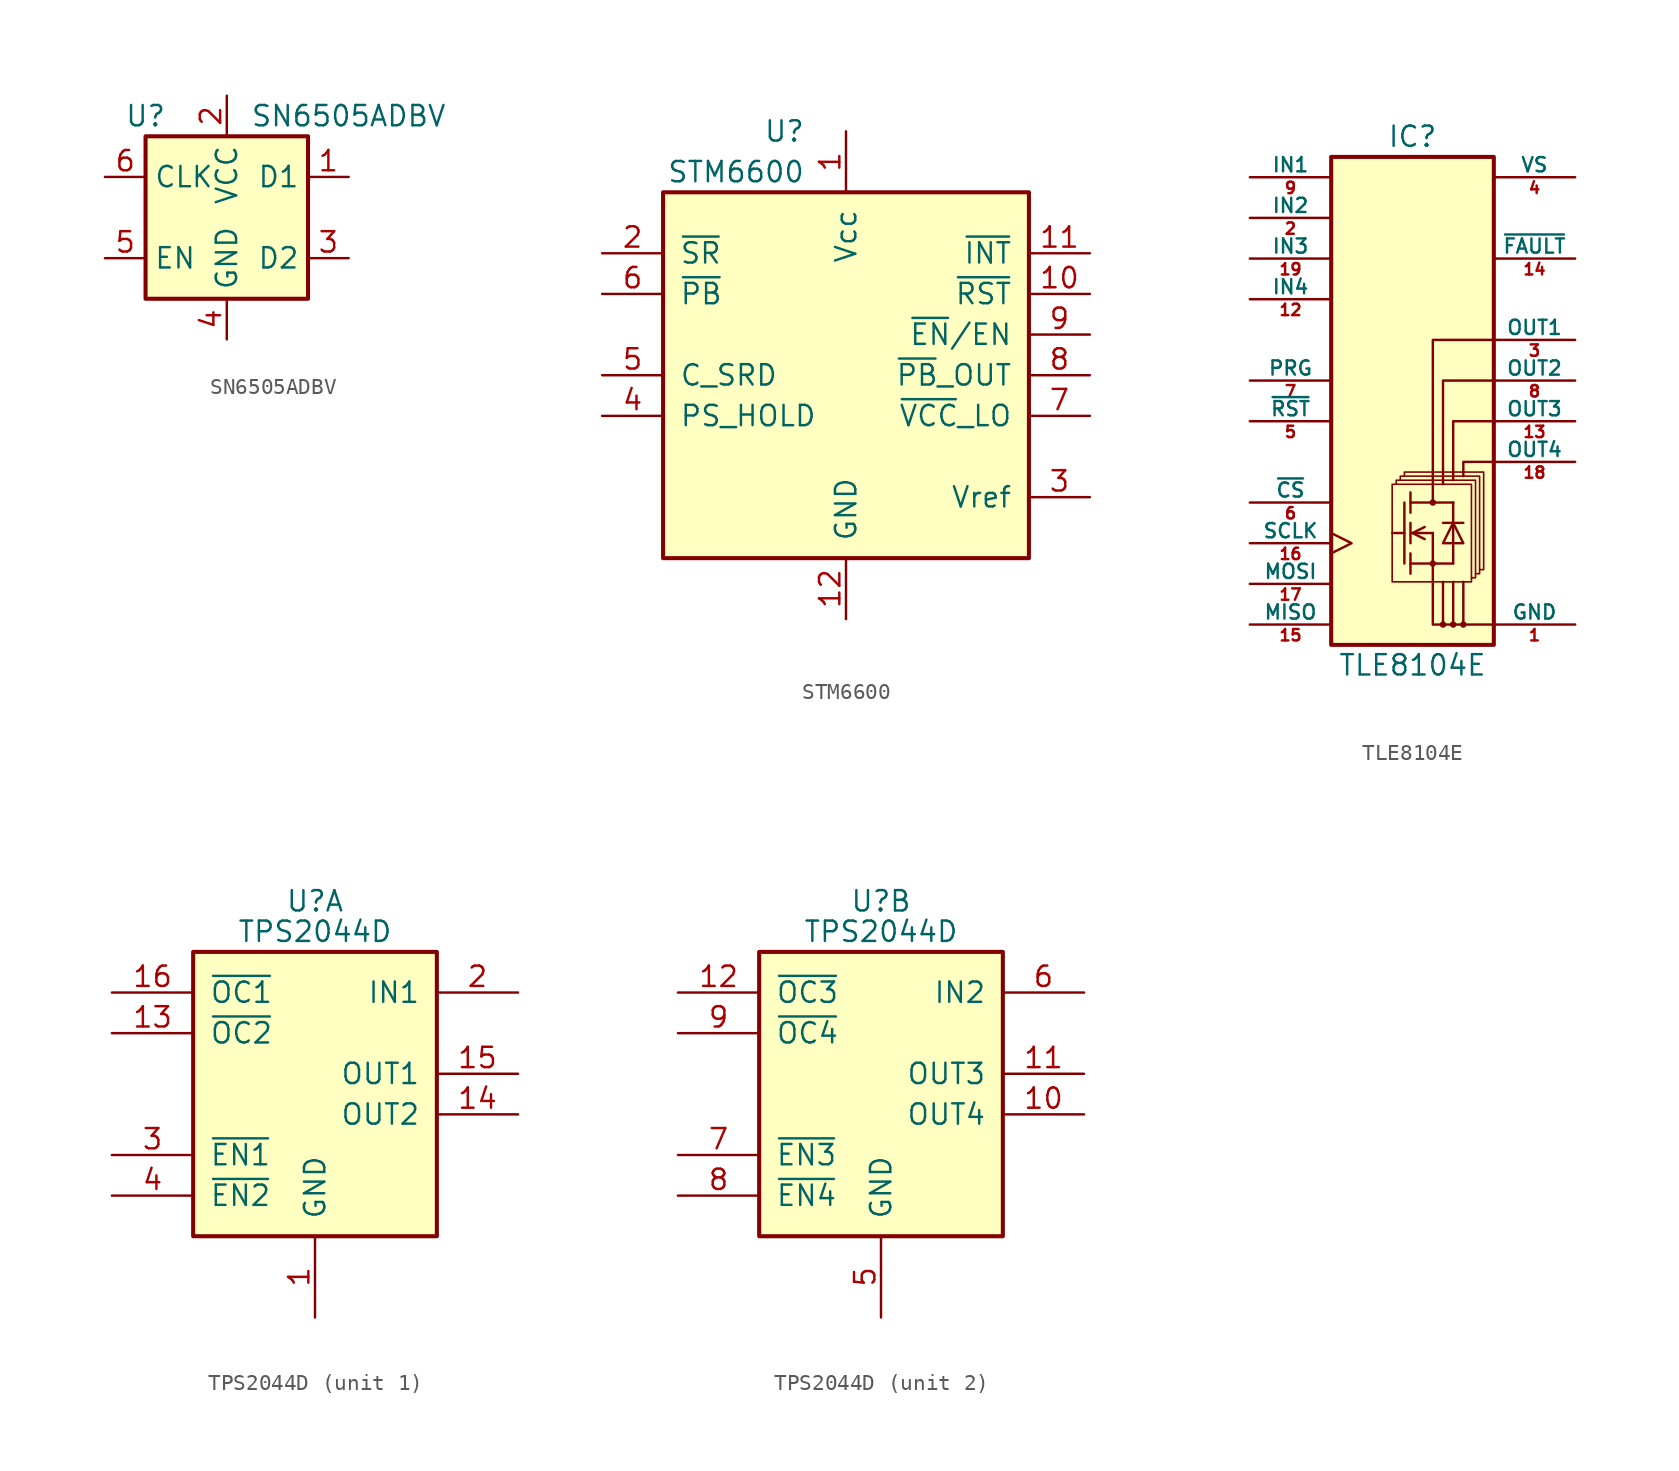
<source format=kicad_sym>
(kicad_symbol_lib
  (version 20220914)
  (generator kicad_symbol_editor)
  (symbol "SN6505ADBV"
    (property "Reference" "U"
      (at -5.08 6.35 0)
      (effects (font (size 1.27 1.27))))
    (property "Value" "SN6505ADBV"
      (at 7.62 6.35 0)
      (effects (font (size 1.27 1.27))))
    (symbol "SN6505ADBV_0_1"
      (rectangle (start -5.08 5.08) (end 5.08 -5.08) (stroke (width 0.254) (type default)) (fill (type background))))
    (symbol "SN6505ADBV_1_1"
      (pin open_collector line (at 7.62 2.54 180) (length 2.54) (name "D1" (effects (font (size 1.27 1.27)))) (number "1" (effects (font (size 1.27 1.27)))))
      (pin power_in line (at 0 7.62 270) (length 2.54) (name "VCC" (effects (font (size 1.27 1.27)))) (number "2" (effects (font (size 1.27 1.27)))))
      (pin open_collector line (at 7.62 -2.54 180) (length 2.54) (name "D2" (effects (font (size 1.27 1.27)))) (number "3" (effects (font (size 1.27 1.27)))))
      (pin power_in line (at 0 -7.62 90) (length 2.54) (name "GND" (effects (font (size 1.27 1.27)))) (number "4" (effects (font (size 1.27 1.27)))))
      (pin input line (at -7.62 -2.54 0) (length 2.54) (name "EN" (effects (font (size 1.27 1.27)))) (number "5" (effects (font (size 1.27 1.27)))))
      (pin input line (at -7.62 2.54 0) (length 2.54) (name "CLK" (effects (font (size 1.27 1.27)))) (number "6" (effects (font (size 1.27 1.27)))))))
  (symbol "STM6600"
    (pin_names
      (offset 1.016))
    (property "Reference" "U"
      (at -2.54 15.24 0)
      (effects (font (size 1.27 1.27)) (justify right)))
    (property "Value" "STM6600"
      (at -2.54 12.7 0)
      (effects (font (size 1.27 1.27)) (justify right)))
    (symbol "STM6600_0_1"
      (rectangle (start -11.43 11.43) (end 11.43 -11.43) (stroke (width 0.254) (type default)) (fill (type background))))
    (symbol "STM6600_1_1"
      (pin power_in line (at 0 15.24 270) (length 3.81) (name "Vcc" (effects (font (size 1.27 1.27)))) (number "1" (effects (font (size 1.27 1.27)))))
      (pin open_collector line (at 15.24 5.08 180) (length 3.81) (name "~{RST}" (effects (font (size 1.27 1.27)))) (number "10" (effects (font (size 1.27 1.27)))))
      (pin open_collector line (at 15.24 7.62 180) (length 3.81) (name "~{INT}" (effects (font (size 1.27 1.27)))) (number "11" (effects (font (size 1.27 1.27)))))
      (pin power_in line (at 0 -15.24 90) (length 3.81) (name "GND" (effects (font (size 1.27 1.27)))) (number "12" (effects (font (size 1.27 1.27)))))
      (pin input line (at -15.24 7.62 0) (length 3.81) (name "~{SR}" (effects (font (size 1.27 1.27)))) (number "2" (effects (font (size 1.27 1.27)))))
      (pin output line (at 15.24 -7.62 180) (length 3.81) (name "Vref" (effects (font (size 1.27 1.27)))) (number "3" (effects (font (size 1.27 1.27)))))
      (pin input line (at -15.24 -2.54 0) (length 3.81) (name "PS_HOLD" (effects (font (size 1.27 1.27)))) (number "4" (effects (font (size 1.27 1.27)))))
      (pin input line (at -15.24 0 0) (length 3.81) (name "C_SRD" (effects (font (size 1.27 1.27)))) (number "5" (effects (font (size 1.27 1.27)))))
      (pin input line (at -15.24 5.08 0) (length 3.81) (name "~{PB}" (effects (font (size 1.27 1.27)))) (number "6" (effects (font (size 1.27 1.27)))))
      (pin open_collector line (at 15.24 -2.54 180) (length 3.81) (name "~{VCC}_LO" (effects (font (size 1.27 1.27)))) (number "7" (effects (font (size 1.27 1.27)))))
      (pin open_collector line (at 15.24 0 180) (length 3.81) (name "~{PB}_OUT" (effects (font (size 1.27 1.27)))) (number "8" (effects (font (size 1.27 1.27)))))
      (pin output line (at 15.24 2.54 180) (length 3.81) (name "~{EN}/EN" (effects (font (size 1.27 1.27)))) (number "9" (effects (font (size 1.27 1.27)))))))
  (symbol "TLE8104E"
    (pin_names
      (offset 0))
    (property "Reference" "IC"
      (at 0 17.78 0)
      (effects (font (size 1.27 1.27))))
    (property "Value" "TLE8104E"
      (at 0 -15.24 0)
      (effects (font (size 1.27 1.27))))
    (symbol "TLE8104E_0_1"
      (rectangle (start -5.08 16.51) (end 5.08 -13.97) (stroke (width 0.254) (type default)) (fill (type background)))
      (rectangle (start -1.27 -3.937) (end 3.683 -10.033) (stroke (width 0.102) (type default)) (fill (type background)))
      (polyline (pts (xy -1.27 -6.985) (xy -0.508 -6.985)) (stroke (width 0.152) (type default)) (fill (type none)))
      (polyline (pts (xy -0.508 -5.08) (xy -0.508 -8.89)) (stroke (width 0.152) (type default)) (fill (type none)))
      (polyline (pts (xy -0.127 -8.89) (xy 2.54 -8.89)) (stroke (width 0.152) (type default)) (fill (type none)))
      (polyline (pts (xy -0.127 -8.255) (xy -0.127 -9.525)) (stroke (width 0.152) (type default)) (fill (type none)))
      (polyline (pts (xy -0.127 -6.35) (xy -0.127 -7.62)) (stroke (width 0.152) (type default)) (fill (type none)))
      (polyline (pts (xy -0.127 -4.445) (xy -0.127 -5.715)) (stroke (width 0.152) (type default)) (fill (type none)))
      (polyline (pts (xy 0 -6.985) (xy 0.762 -7.366)) (stroke (width 0.152) (type default)) (fill (type none)))
      (polyline (pts (xy 0 -6.985) (xy 0.762 -6.604)) (stroke (width 0.152) (type default)) (fill (type none)))
      (polyline (pts (xy 0 -6.985) (xy 1.27 -6.985)) (stroke (width 0.152) (type default)) (fill (type none)))
      (polyline (pts (xy 1.905 -10.033) (xy 1.905 -12.7)) (stroke (width 0.152) (type default)) (fill (type none)))
      (polyline (pts (xy 1.905 -6.35) (xy 3.175 -6.35)) (stroke (width 0.152) (type default)) (fill (type none)))
      (polyline (pts (xy 2.54 -12.7) (xy 2.54 -10.033)) (stroke (width 0.152) (type default)) (fill (type none)))
      (polyline (pts (xy 2.54 -5.08) (xy -0.127 -5.08)) (stroke (width 0.152) (type default)) (fill (type none)))
      (polyline (pts (xy 2.54 -5.08) (xy 2.54 -8.89)) (stroke (width 0) (type default)) (fill (type none)))
      (polyline (pts (xy 2.54 -5.08) (xy 2.54 -5.08)) (stroke (width 0) (type default)) (fill (type none)))
      (polyline (pts (xy 3.175 -12.7) (xy 3.175 -10.033)) (stroke (width 0.152) (type default)) (fill (type none)))
      (polyline (pts (xy 1.27 -6.985) (xy 1.27 -7.62) (xy 1.27 -8.89)) (stroke (width 0.152) (type default)) (fill (type none)))
      (polyline (pts (xy 1.27 -5.08) (xy 1.27 5.08) (xy 5.08 5.08)) (stroke (width 0.152) (type default)) (fill (type none)))
      (polyline (pts (xy 5.08 -12.7) (xy 1.27 -12.7) (xy 1.27 -8.89)) (stroke (width 0.152) (type default)) (fill (type none)))
      (polyline (pts (xy 5.08 -2.54) (xy 3.175 -2.54) (xy 3.175 -3.429)) (stroke (width 0.152) (type default)) (fill (type none)))
      (polyline (pts (xy 5.08 0) (xy 2.54 0) (xy 2.54 -3.683)) (stroke (width 0.152) (type default)) (fill (type none)))
      (polyline (pts (xy 5.08 2.54) (xy 1.905 2.54) (xy 1.905 -3.937)) (stroke (width 0.152) (type default)) (fill (type none)))
      (polyline (pts (xy 2.54 -6.35) (xy 1.905 -7.62) (xy 3.175 -7.62) (xy 2.54 -6.35)) (stroke (width 0.152) (type default)) (fill (type none)))
      (polyline (pts (xy -1.016 -3.937) (xy -1.016 -3.683) (xy 3.937 -3.683) (xy 3.937 -9.779) (xy 3.683 -9.779)) (stroke (width 0.102) (type default)) (fill (type background)))
      (polyline (pts (xy -0.762 -3.683) (xy -0.762 -3.429) (xy 4.191 -3.429) (xy 4.191 -9.525) (xy 3.937 -9.525)) (stroke (width 0.102) (type default)) (fill (type background)))
      (polyline (pts (xy -0.508 -3.429) (xy -0.508 -3.175) (xy 4.445 -3.175) (xy 4.445 -9.271) (xy 4.191 -9.271)) (stroke (width 0.102) (type default)) (fill (type background)))
      (circle (center 1.27 -8.89) (radius 0.127) (stroke (width 0.152) (type default)) (fill (type none)))
      (circle (center 1.27 -5.08) (radius 0.127) (stroke (width 0.152) (type default)) (fill (type none)))
      (circle (center 1.905 -12.7) (radius 0.127) (stroke (width 0.152) (type default)) (fill (type none)))
      (circle (center 2.54 -12.7) (radius 0.127) (stroke (width 0.152) (type default)) (fill (type none)))
      (circle (center 3.175 -12.7) (radius 0.127) (stroke (width 0.152) (type default)) (fill (type none))))
    (symbol "TLE8104E_1_1"
      (pin power_in line (at 10.16 -12.7 180) (length 5.08) (name "GND" (effects (font (size 0.889 0.889)))) (number "1" (effects (font (size 0.711 0.711)))))
      (pin passive line (at 10.16 -12.7 180) (length 5.08) hide (name "GND" (effects (font (size 0.889 0.889)))) (number "10" (effects (font (size 0.711 0.711)))))
      (pin passive line (at 10.16 -12.7 180) (length 5.08) hide (name "GND" (effects (font (size 0.889 0.889)))) (number "11" (effects (font (size 0.711 0.711)))))
      (pin input line (at -10.16 7.62 0) (length 5.08) (name "IN4" (effects (font (size 0.889 0.889)))) (number "12" (effects (font (size 0.711 0.711)))))
      (pin open_collector line (at 10.16 0 180) (length 5.08) (name "OUT3" (effects (font (size 0.889 0.889)))) (number "13" (effects (font (size 0.711 0.711)))))
      (pin output line (at 10.16 10.16 180) (length 5.08) (name "~{FAULT}" (effects (font (size 0.889 0.889)))) (number "14" (effects (font (size 0.711 0.711)))))
      (pin passive line (at -10.16 -12.7 0) (length 5.08) (name "MISO" (effects (font (size 0.889 0.889)))) (number "15" (effects (font (size 0.711 0.711)))))
      (pin input clock (at -10.16 -7.62 0) (length 5.08) (name "SCLK" (effects (font (size 0.889 0.889)))) (number "16" (effects (font (size 0.711 0.711)))))
      (pin input line (at -10.16 -10.16 0) (length 5.08) (name "MOSI" (effects (font (size 0.889 0.889)))) (number "17" (effects (font (size 0.711 0.711)))))
      (pin open_collector line (at 10.16 -2.54 180) (length 5.08) (name "OUT4" (effects (font (size 0.889 0.889)))) (number "18" (effects (font (size 0.711 0.711)))))
      (pin input line (at -10.16 10.16 0) (length 5.08) (name "IN3" (effects (font (size 0.889 0.889)))) (number "19" (effects (font (size 0.711 0.711)))))
      (pin input line (at -10.16 12.7 0) (length 5.08) (name "IN2" (effects (font (size 0.889 0.889)))) (number "2" (effects (font (size 0.711 0.711)))))
      (pin passive line (at 10.16 -12.7 180) (length 5.08) hide (name "GND" (effects (font (size 0.889 0.889)))) (number "20" (effects (font (size 0.711 0.711)))))
      (pin passive line (at 10.16 -12.7 180) (length 5.08) hide (name "GND" (effects (font (size 0.889 0.889)))) (number "21" (effects (font (size 0.711 0.711)))))
      (pin open_collector line (at 10.16 5.08 180) (length 5.08) (name "OUT1" (effects (font (size 0.889 0.889)))) (number "3" (effects (font (size 0.711 0.711)))))
      (pin power_in line (at 10.16 15.24 180) (length 5.08) (name "VS" (effects (font (size 0.889 0.889)))) (number "4" (effects (font (size 0.711 0.711)))))
      (pin input line (at -10.16 0 0) (length 5.08) (name "~{RST}" (effects (font (size 0.889 0.889)))) (number "5" (effects (font (size 0.711 0.711)))))
      (pin input line (at -10.16 -5.08 0) (length 5.08) (name "~{CS}" (effects (font (size 0.889 0.889)))) (number "6" (effects (font (size 0.711 0.711)))))
      (pin input line (at -10.16 2.54 0) (length 5.08) (name "PRG" (effects (font (size 0.889 0.889)))) (number "7" (effects (font (size 0.711 0.711)))))
      (pin open_collector line (at 10.16 2.54 180) (length 5.08) (name "OUT2" (effects (font (size 0.889 0.889)))) (number "8" (effects (font (size 0.711 0.711)))))
      (pin input line (at -10.16 15.24 0) (length 5.08) (name "IN1" (effects (font (size 0.889 0.889)))) (number "9" (effects (font (size 0.711 0.711)))))))
  (symbol "TPS2044D"
    (pin_names
      (offset 1.016))
    (property "Reference" "U"
      (at 0 10.795 0)
      (effects (font (size 1.27 1.27))))
    (property "Value" "TPS2044D"
      (at 0 8.89 0)
      (effects (font (size 1.27 1.27))))
    (property "ki_locked" ""
      (at 0 0 0)
      (effects (font (size 1.27 1.27))))
    (symbol "TPS2044D_0_1"
      (rectangle (start -7.62 7.62) (end 7.62 -10.16) (stroke (width 0.254) (type default)) (fill (type background))))
    (symbol "TPS2044D_1_1"
      (pin power_in line (at 0 -15.24 90) (length 5.08) (name "GND" (effects (font (size 1.27 1.27)))) (number "1" (effects (font (size 1.27 1.27)))))
      (pin open_collector line (at -12.7 2.54 0) (length 5.08) (name "~{OC2}" (effects (font (size 1.27 1.27)))) (number "13" (effects (font (size 1.27 1.27)))))
      (pin power_out line (at 12.7 -2.54 180) (length 5.08) (name "OUT2" (effects (font (size 1.27 1.27)))) (number "14" (effects (font (size 1.27 1.27)))))
      (pin power_out line (at 12.7 0 180) (length 5.08) (name "OUT1" (effects (font (size 1.27 1.27)))) (number "15" (effects (font (size 1.27 1.27)))))
      (pin open_collector line (at -12.7 5.08 0) (length 5.08) (name "~{OC1}" (effects (font (size 1.27 1.27)))) (number "16" (effects (font (size 1.27 1.27)))))
      (pin power_in line (at 12.7 5.08 180) (length 5.08) (name "IN1" (effects (font (size 1.27 1.27)))) (number "2" (effects (font (size 1.27 1.27)))))
      (pin input line (at -12.7 -5.08 0) (length 5.08) (name "~{EN1}" (effects (font (size 1.27 1.27)))) (number "3" (effects (font (size 1.27 1.27)))))
      (pin input line (at -12.7 -7.62 0) (length 5.08) (name "~{EN2}" (effects (font (size 1.27 1.27)))) (number "4" (effects (font (size 1.27 1.27))))))
    (symbol "TPS2044D_2_1"
      (pin power_out line (at 12.7 -2.54 180) (length 5.08) (name "OUT4" (effects (font (size 1.27 1.27)))) (number "10" (effects (font (size 1.27 1.27)))))
      (pin power_out line (at 12.7 0 180) (length 5.08) (name "OUT3" (effects (font (size 1.27 1.27)))) (number "11" (effects (font (size 1.27 1.27)))))
      (pin open_collector line (at -12.7 5.08 0) (length 5.08) (name "~{OC3}" (effects (font (size 1.27 1.27)))) (number "12" (effects (font (size 1.27 1.27)))))
      (pin power_in line (at 0 -15.24 90) (length 5.08) (name "GND" (effects (font (size 1.27 1.27)))) (number "5" (effects (font (size 1.27 1.27)))))
      (pin power_in line (at 12.7 5.08 180) (length 5.08) (name "IN2" (effects (font (size 1.27 1.27)))) (number "6" (effects (font (size 1.27 1.27)))))
      (pin input line (at -12.7 -5.08 0) (length 5.08) (name "~{EN3}" (effects (font (size 1.27 1.27)))) (number "7" (effects (font (size 1.27 1.27)))))
      (pin input line (at -12.7 -7.62 0) (length 5.08) (name "~{EN4}" (effects (font (size 1.27 1.27)))) (number "8" (effects (font (size 1.27 1.27)))))
      (pin open_collector line (at -12.7 2.54 0) (length 5.08) (name "~{OC4}" (effects (font (size 1.27 1.27)))) (number "9" (effects (font (size 1.27 1.27))))))))
</source>
